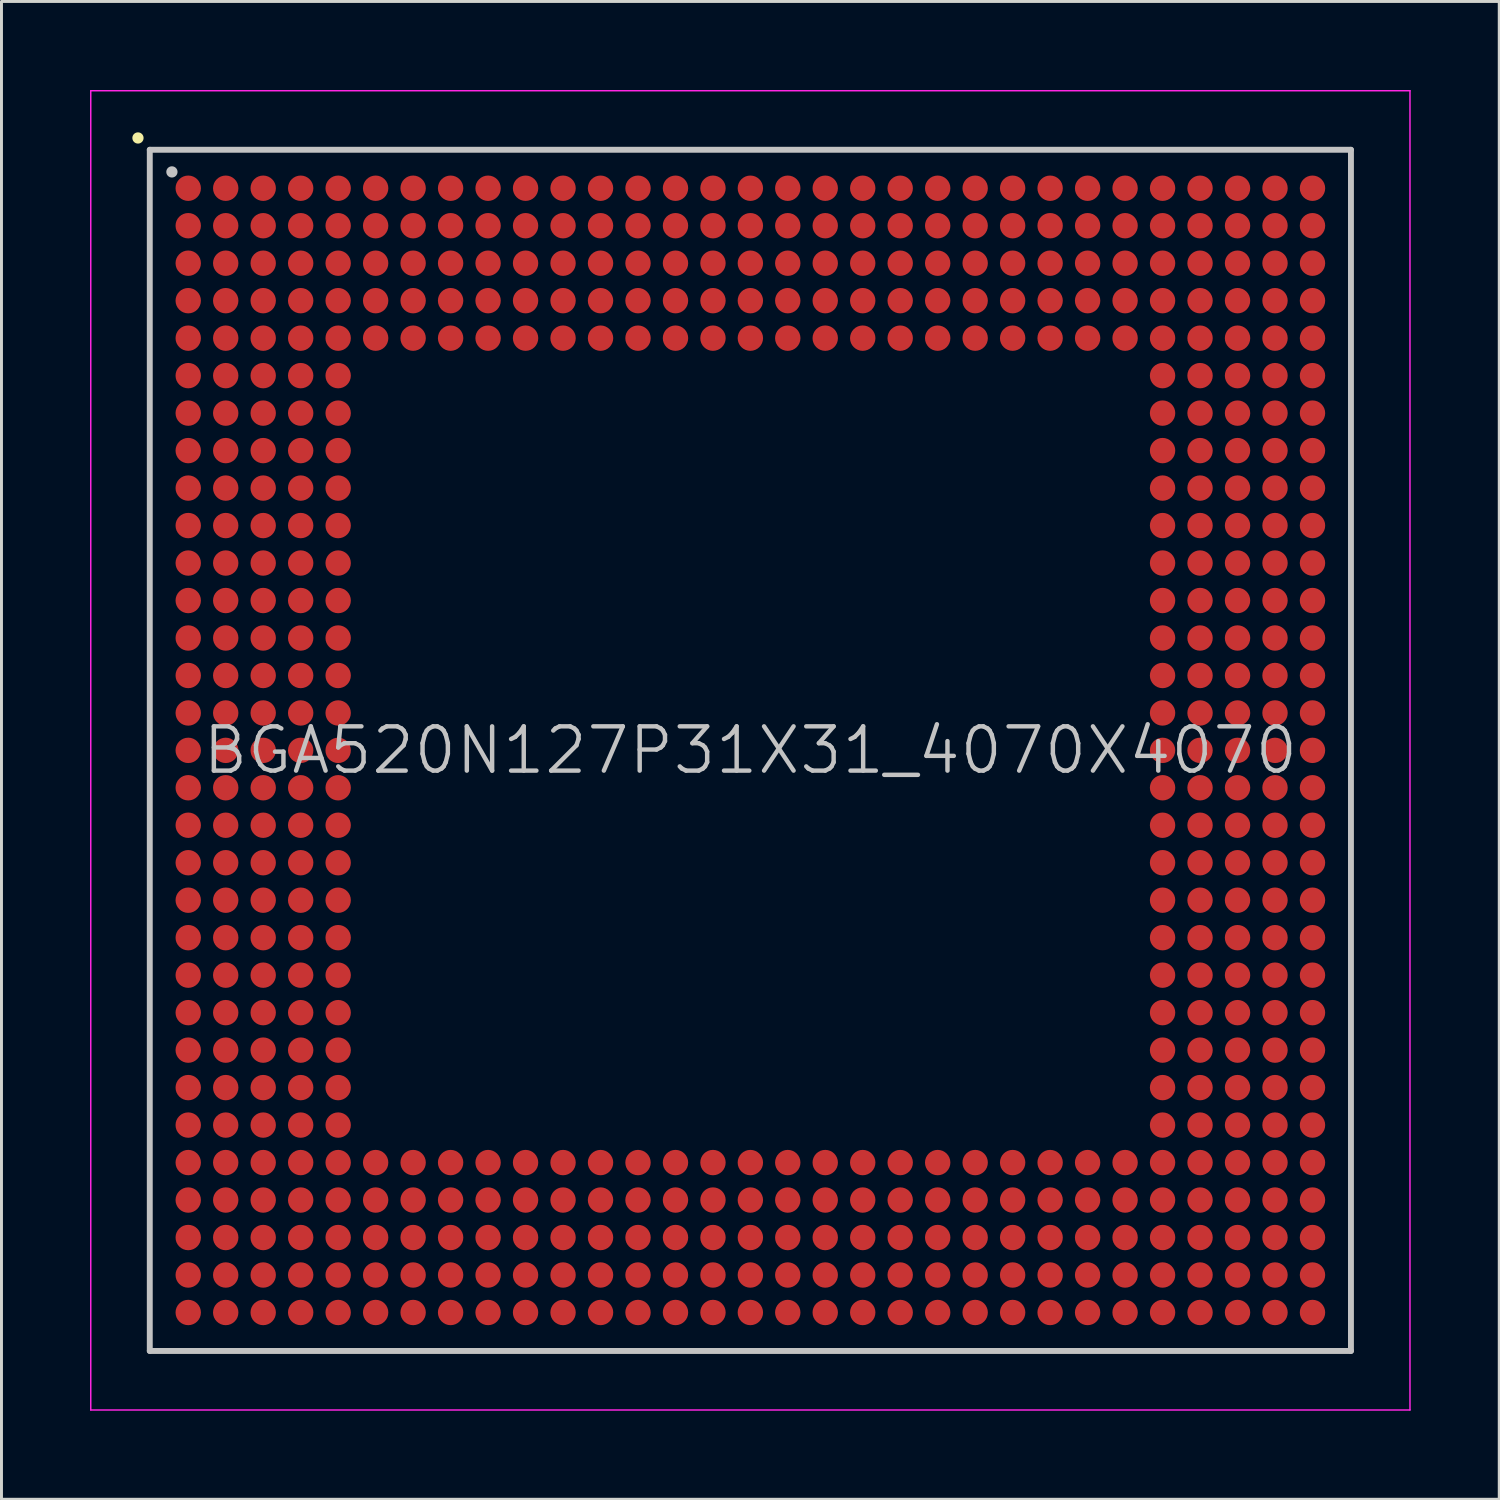
<source format=kicad_pcb>
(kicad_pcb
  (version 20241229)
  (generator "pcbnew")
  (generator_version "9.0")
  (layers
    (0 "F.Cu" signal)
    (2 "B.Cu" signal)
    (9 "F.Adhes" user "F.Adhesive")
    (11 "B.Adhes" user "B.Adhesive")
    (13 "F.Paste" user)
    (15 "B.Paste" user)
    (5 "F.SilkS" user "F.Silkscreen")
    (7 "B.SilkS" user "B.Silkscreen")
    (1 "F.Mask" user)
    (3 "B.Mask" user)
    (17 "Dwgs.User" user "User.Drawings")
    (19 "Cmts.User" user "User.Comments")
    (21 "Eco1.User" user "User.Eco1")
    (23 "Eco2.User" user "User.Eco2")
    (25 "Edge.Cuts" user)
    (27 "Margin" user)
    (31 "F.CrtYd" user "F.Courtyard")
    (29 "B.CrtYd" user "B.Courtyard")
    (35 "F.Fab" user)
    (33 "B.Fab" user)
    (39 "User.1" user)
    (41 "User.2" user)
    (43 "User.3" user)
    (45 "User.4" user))
  (footprint "BGA520N127P31X31_4070X4070"
    (layer "F.Cu")
    (at 22.375 22.375)
    (property "Reference" "BGA520N127P31X31_4070X4070" (at 0 0 0) (layer "Dwgs.User") (effects (font (size 1.5 1.5) (thickness 0.15))))
    (attr smd)
    (fp_line (start -20.75 -20.75) (end -20.75 -20.75) (stroke (width 0.381) (type solid)) (layer "F.SilkS"))
    (fp_line (start -20.35 -20.35) (end -20.35 20.35) (stroke (width 0.2) (type solid)) (layer "Dwgs.User"))
    (fp_line (start -20.35 -20.35) (end 20.35 -20.35) (stroke (width 0.2) (type solid)) (layer "Dwgs.User"))
    (fp_line (start -20.35 20.35) (end 20.35 20.35) (stroke (width 0.2) (type solid)) (layer "Dwgs.User"))
    (fp_line (start -19.6 -19.6) (end -19.6 -19.6) (stroke (width 0.381) (type solid)) (layer "Dwgs.User"))
    (fp_line (start 20.35 -20.35) (end 20.35 20.35) (stroke (width 0.2) (type solid)) (layer "Dwgs.User"))
    (fp_line (start -22.35 -22.35) (end -22.35 22.35) (stroke (width 0.05) (type solid)) (layer "F.CrtYd"))
    (fp_line (start -22.35 -22.35) (end 22.35 -22.35) (stroke (width 0.05) (type solid)) (layer "F.CrtYd"))
    (fp_line (start -22.35 22.35) (end 22.35 22.35) (stroke (width 0.05) (type solid)) (layer "F.CrtYd"))
    (fp_line (start 22.35 -22.35) (end 22.35 22.35) (stroke (width 0.05) (type solid)) (layer "F.CrtYd"))
    (pad "A1" smd circle (at -19.047 -19.047 270) (size 0.86 0.86) (layers "F.Cu" "F.Mask" "F.Paste"))
    (pad "A2" smd circle (at -17.777 -19.047 270) (size 0.86 0.86) (layers "F.Cu" "F.Mask" "F.Paste"))
    (pad "A3" smd circle (at -16.507 -19.047 270) (size 0.86 0.86) (layers "F.Cu" "F.Mask" "F.Paste"))
    (pad "A4" smd circle (at -15.237 -19.047 270) (size 0.86 0.86) (layers "F.Cu" "F.Mask" "F.Paste"))
    (pad "A5" smd circle (at -13.967 -19.047 270) (size 0.86 0.86) (layers "F.Cu" "F.Mask" "F.Paste"))
    (pad "A6" smd circle (at -12.697 -19.047 270) (size 0.86 0.86) (layers "F.Cu" "F.Mask" "F.Paste"))
    (pad "A7" smd circle (at -11.427 -19.047 270) (size 0.86 0.86) (layers "F.Cu" "F.Mask" "F.Paste"))
    (pad "A8" smd circle (at -10.157 -19.047 270) (size 0.86 0.86) (layers "F.Cu" "F.Mask" "F.Paste"))
    (pad "A9" smd circle (at -8.887 -19.047 270) (size 0.86 0.86) (layers "F.Cu" "F.Mask" "F.Paste"))
    (pad "A10" smd circle (at -7.617 -19.047 270) (size 0.86 0.86) (layers "F.Cu" "F.Mask" "F.Paste"))
    (pad "A11" smd circle (at -6.347 -19.047 270) (size 0.86 0.86) (layers "F.Cu" "F.Mask" "F.Paste"))
    (pad "A12" smd circle (at -5.077 -19.047 270) (size 0.86 0.86) (layers "F.Cu" "F.Mask" "F.Paste"))
    (pad "A13" smd circle (at -3.807 -19.047 270) (size 0.86 0.86) (layers "F.Cu" "F.Mask" "F.Paste"))
    (pad "A14" smd circle (at -2.537 -19.047 270) (size 0.86 0.86) (layers "F.Cu" "F.Mask" "F.Paste"))
    (pad "A15" smd circle (at -1.267 -19.047 270) (size 0.86 0.86) (layers "F.Cu" "F.Mask" "F.Paste"))
    (pad "A16" smd circle (at 0 -19.047 270) (size 0.86 0.86) (layers "F.Cu" "F.Mask" "F.Paste"))
    (pad "A17" smd circle (at 1.267 -19.047 270) (size 0.86 0.86) (layers "F.Cu" "F.Mask" "F.Paste"))
    (pad "A18" smd circle (at 2.537 -19.047 270) (size 0.86 0.86) (layers "F.Cu" "F.Mask" "F.Paste"))
    (pad "A19" smd circle (at 3.807 -19.047 270) (size 0.86 0.86) (layers "F.Cu" "F.Mask" "F.Paste"))
    (pad "A20" smd circle (at 5.077 -19.047 270) (size 0.86 0.86) (layers "F.Cu" "F.Mask" "F.Paste"))
    (pad "A21" smd circle (at 6.347 -19.047 270) (size 0.86 0.86) (layers "F.Cu" "F.Mask" "F.Paste"))
    (pad "A22" smd circle (at 7.617 -19.047 270) (size 0.86 0.86) (layers "F.Cu" "F.Mask" "F.Paste"))
    (pad "A23" smd circle (at 8.887 -19.047 270) (size 0.86 0.86) (layers "F.Cu" "F.Mask" "F.Paste"))
    (pad "A24" smd circle (at 10.157 -19.047 270) (size 0.86 0.86) (layers "F.Cu" "F.Mask" "F.Paste"))
    (pad "A25" smd circle (at 11.427 -19.047 270) (size 0.86 0.86) (layers "F.Cu" "F.Mask" "F.Paste"))
    (pad "A26" smd circle (at 12.697 -19.047 270) (size 0.86 0.86) (layers "F.Cu" "F.Mask" "F.Paste"))
    (pad "A27" smd circle (at 13.967 -19.047 270) (size 0.86 0.86) (layers "F.Cu" "F.Mask" "F.Paste"))
    (pad "A28" smd circle (at 15.237 -19.047 270) (size 0.86 0.86) (layers "F.Cu" "F.Mask" "F.Paste"))
    (pad "A29" smd circle (at 16.507 -19.047 270) (size 0.86 0.86) (layers "F.Cu" "F.Mask" "F.Paste"))
    (pad "A30" smd circle (at 17.777 -19.047 270) (size 0.86 0.86) (layers "F.Cu" "F.Mask" "F.Paste"))
    (pad "A31" smd circle (at 19.047 -19.047 270) (size 0.86 0.86) (layers "F.Cu" "F.Mask" "F.Paste"))
    (pad "AA1" smd circle (at -19.047 6.347 270) (size 0.86 0.86) (layers "F.Cu" "F.Mask" "F.Paste"))
    (pad "AA2" smd circle (at -17.777 6.347 270) (size 0.86 0.86) (layers "F.Cu" "F.Mask" "F.Paste"))
    (pad "AA3" smd circle (at -16.507 6.347 270) (size 0.86 0.86) (layers "F.Cu" "F.Mask" "F.Paste"))
    (pad "AA4" smd circle (at -15.237 6.347 270) (size 0.86 0.86) (layers "F.Cu" "F.Mask" "F.Paste"))
    (pad "AA5" smd circle (at -13.967 6.347 270) (size 0.86 0.86) (layers "F.Cu" "F.Mask" "F.Paste"))
    (pad "AA27" smd circle (at 13.967 6.347 270) (size 0.86 0.86) (layers "F.Cu" "F.Mask" "F.Paste"))
    (pad "AA28" smd circle (at 15.237 6.347 270) (size 0.86 0.86) (layers "F.Cu" "F.Mask" "F.Paste"))
    (pad "AA29" smd circle (at 16.507 6.347 270) (size 0.86 0.86) (layers "F.Cu" "F.Mask" "F.Paste"))
    (pad "AA30" smd circle (at 17.777 6.347 270) (size 0.86 0.86) (layers "F.Cu" "F.Mask" "F.Paste"))
    (pad "AA31" smd circle (at 19.047 6.347 270) (size 0.86 0.86) (layers "F.Cu" "F.Mask" "F.Paste"))
    (pad "AB1" smd circle (at -19.047 7.617 270) (size 0.86 0.86) (layers "F.Cu" "F.Mask" "F.Paste"))
    (pad "AB2" smd circle (at -17.777 7.617 270) (size 0.86 0.86) (layers "F.Cu" "F.Mask" "F.Paste"))
    (pad "AB3" smd circle (at -16.507 7.617 270) (size 0.86 0.86) (layers "F.Cu" "F.Mask" "F.Paste"))
    (pad "AB4" smd circle (at -15.237 7.617 270) (size 0.86 0.86) (layers "F.Cu" "F.Mask" "F.Paste"))
    (pad "AB5" smd circle (at -13.967 7.617 270) (size 0.86 0.86) (layers "F.Cu" "F.Mask" "F.Paste"))
    (pad "AB27" smd circle (at 13.967 7.617 270) (size 0.86 0.86) (layers "F.Cu" "F.Mask" "F.Paste"))
    (pad "AB28" smd circle (at 15.237 7.617 270) (size 0.86 0.86) (layers "F.Cu" "F.Mask" "F.Paste"))
    (pad "AB29" smd circle (at 16.507 7.617 270) (size 0.86 0.86) (layers "F.Cu" "F.Mask" "F.Paste"))
    (pad "AB30" smd circle (at 17.777 7.617 270) (size 0.86 0.86) (layers "F.Cu" "F.Mask" "F.Paste"))
    (pad "AB31" smd circle (at 19.047 7.617 270) (size 0.86 0.86) (layers "F.Cu" "F.Mask" "F.Paste"))
    (pad "AC1" smd circle (at -19.047 8.887 270) (size 0.86 0.86) (layers "F.Cu" "F.Mask" "F.Paste"))
    (pad "AC2" smd circle (at -17.777 8.887 270) (size 0.86 0.86) (layers "F.Cu" "F.Mask" "F.Paste"))
    (pad "AC3" smd circle (at -16.507 8.887 270) (size 0.86 0.86) (layers "F.Cu" "F.Mask" "F.Paste"))
    (pad "AC4" smd circle (at -15.237 8.887 270) (size 0.86 0.86) (layers "F.Cu" "F.Mask" "F.Paste"))
    (pad "AC5" smd circle (at -13.967 8.887 270) (size 0.86 0.86) (layers "F.Cu" "F.Mask" "F.Paste"))
    (pad "AC27" smd circle (at 13.967 8.887 270) (size 0.86 0.86) (layers "F.Cu" "F.Mask" "F.Paste"))
    (pad "AC28" smd circle (at 15.237 8.887 270) (size 0.86 0.86) (layers "F.Cu" "F.Mask" "F.Paste"))
    (pad "AC29" smd circle (at 16.507 8.887 270) (size 0.86 0.86) (layers "F.Cu" "F.Mask" "F.Paste"))
    (pad "AC30" smd circle (at 17.777 8.887 270) (size 0.86 0.86) (layers "F.Cu" "F.Mask" "F.Paste"))
    (pad "AC31" smd circle (at 19.047 8.887 270) (size 0.86 0.86) (layers "F.Cu" "F.Mask" "F.Paste"))
    (pad "AD1" smd circle (at -19.047 10.157 270) (size 0.86 0.86) (layers "F.Cu" "F.Mask" "F.Paste"))
    (pad "AD2" smd circle (at -17.777 10.157 270) (size 0.86 0.86) (layers "F.Cu" "F.Mask" "F.Paste"))
    (pad "AD3" smd circle (at -16.507 10.157 270) (size 0.86 0.86) (layers "F.Cu" "F.Mask" "F.Paste"))
    (pad "AD4" smd circle (at -15.237 10.157 270) (size 0.86 0.86) (layers "F.Cu" "F.Mask" "F.Paste"))
    (pad "AD5" smd circle (at -13.967 10.157 270) (size 0.86 0.86) (layers "F.Cu" "F.Mask" "F.Paste"))
    (pad "AD27" smd circle (at 13.967 10.157 270) (size 0.86 0.86) (layers "F.Cu" "F.Mask" "F.Paste"))
    (pad "AD28" smd circle (at 15.237 10.157 270) (size 0.86 0.86) (layers "F.Cu" "F.Mask" "F.Paste"))
    (pad "AD29" smd circle (at 16.507 10.157 270) (size 0.86 0.86) (layers "F.Cu" "F.Mask" "F.Paste"))
    (pad "AD30" smd circle (at 17.777 10.157 270) (size 0.86 0.86) (layers "F.Cu" "F.Mask" "F.Paste"))
    (pad "AD31" smd circle (at 19.047 10.157 270) (size 0.86 0.86) (layers "F.Cu" "F.Mask" "F.Paste"))
    (pad "AE1" smd circle (at -19.047 11.427 270) (size 0.86 0.86) (layers "F.Cu" "F.Mask" "F.Paste"))
    (pad "AE2" smd circle (at -17.777 11.427 270) (size 0.86 0.86) (layers "F.Cu" "F.Mask" "F.Paste"))
    (pad "AE3" smd circle (at -16.507 11.427 270) (size 0.86 0.86) (layers "F.Cu" "F.Mask" "F.Paste"))
    (pad "AE4" smd circle (at -15.237 11.427 270) (size 0.86 0.86) (layers "F.Cu" "F.Mask" "F.Paste"))
    (pad "AE5" smd circle (at -13.967 11.427 270) (size 0.86 0.86) (layers "F.Cu" "F.Mask" "F.Paste"))
    (pad "AE27" smd circle (at 13.967 11.427 270) (size 0.86 0.86) (layers "F.Cu" "F.Mask" "F.Paste"))
    (pad "AE28" smd circle (at 15.237 11.427 270) (size 0.86 0.86) (layers "F.Cu" "F.Mask" "F.Paste"))
    (pad "AE29" smd circle (at 16.507 11.427 270) (size 0.86 0.86) (layers "F.Cu" "F.Mask" "F.Paste"))
    (pad "AE30" smd circle (at 17.777 11.427 270) (size 0.86 0.86) (layers "F.Cu" "F.Mask" "F.Paste"))
    (pad "AE31" smd circle (at 19.047 11.427 270) (size 0.86 0.86) (layers "F.Cu" "F.Mask" "F.Paste"))
    (pad "AF1" smd circle (at -19.047 12.697 270) (size 0.86 0.86) (layers "F.Cu" "F.Mask" "F.Paste"))
    (pad "AF2" smd circle (at -17.777 12.697 270) (size 0.86 0.86) (layers "F.Cu" "F.Mask" "F.Paste"))
    (pad "AF3" smd circle (at -16.507 12.697 270) (size 0.86 0.86) (layers "F.Cu" "F.Mask" "F.Paste"))
    (pad "AF4" smd circle (at -15.237 12.697 270) (size 0.86 0.86) (layers "F.Cu" "F.Mask" "F.Paste"))
    (pad "AF5" smd circle (at -13.967 12.697 270) (size 0.86 0.86) (layers "F.Cu" "F.Mask" "F.Paste"))
    (pad "AF27" smd circle (at 13.967 12.697 270) (size 0.86 0.86) (layers "F.Cu" "F.Mask" "F.Paste"))
    (pad "AF28" smd circle (at 15.237 12.697 270) (size 0.86 0.86) (layers "F.Cu" "F.Mask" "F.Paste"))
    (pad "AF29" smd circle (at 16.507 12.697 270) (size 0.86 0.86) (layers "F.Cu" "F.Mask" "F.Paste"))
    (pad "AF30" smd circle (at 17.777 12.697 270) (size 0.86 0.86) (layers "F.Cu" "F.Mask" "F.Paste"))
    (pad "AF31" smd circle (at 19.047 12.697 270) (size 0.86 0.86) (layers "F.Cu" "F.Mask" "F.Paste"))
    (pad "AG1" smd circle (at -19.047 13.967 270) (size 0.86 0.86) (layers "F.Cu" "F.Mask" "F.Paste"))
    (pad "AG2" smd circle (at -17.777 13.967 270) (size 0.86 0.86) (layers "F.Cu" "F.Mask" "F.Paste"))
    (pad "AG3" smd circle (at -16.507 13.967 270) (size 0.86 0.86) (layers "F.Cu" "F.Mask" "F.Paste"))
    (pad "AG4" smd circle (at -15.237 13.967 270) (size 0.86 0.86) (layers "F.Cu" "F.Mask" "F.Paste"))
    (pad "AG5" smd circle (at -13.967 13.967 270) (size 0.86 0.86) (layers "F.Cu" "F.Mask" "F.Paste"))
    (pad "AG6" smd circle (at -12.697 13.967 270) (size 0.86 0.86) (layers "F.Cu" "F.Mask" "F.Paste"))
    (pad "AG7" smd circle (at -11.427 13.967 270) (size 0.86 0.86) (layers "F.Cu" "F.Mask" "F.Paste"))
    (pad "AG8" smd circle (at -10.157 13.967 270) (size 0.86 0.86) (layers "F.Cu" "F.Mask" "F.Paste"))
    (pad "AG9" smd circle (at -8.887 13.967 270) (size 0.86 0.86) (layers "F.Cu" "F.Mask" "F.Paste"))
    (pad "AG10" smd circle (at -7.617 13.967 270) (size 0.86 0.86) (layers "F.Cu" "F.Mask" "F.Paste"))
    (pad "AG11" smd circle (at -6.347 13.967 270) (size 0.86 0.86) (layers "F.Cu" "F.Mask" "F.Paste"))
    (pad "AG12" smd circle (at -5.077 13.967 270) (size 0.86 0.86) (layers "F.Cu" "F.Mask" "F.Paste"))
    (pad "AG13" smd circle (at -3.807 13.967 270) (size 0.86 0.86) (layers "F.Cu" "F.Mask" "F.Paste"))
    (pad "AG14" smd circle (at -2.537 13.967 270) (size 0.86 0.86) (layers "F.Cu" "F.Mask" "F.Paste"))
    (pad "AG15" smd circle (at -1.267 13.967 270) (size 0.86 0.86) (layers "F.Cu" "F.Mask" "F.Paste"))
    (pad "AG16" smd circle (at 0 13.967 270) (size 0.86 0.86) (layers "F.Cu" "F.Mask" "F.Paste"))
    (pad "AG17" smd circle (at 1.267 13.967 270) (size 0.86 0.86) (layers "F.Cu" "F.Mask" "F.Paste"))
    (pad "AG18" smd circle (at 2.537 13.967 270) (size 0.86 0.86) (layers "F.Cu" "F.Mask" "F.Paste"))
    (pad "AG19" smd circle (at 3.807 13.967 270) (size 0.86 0.86) (layers "F.Cu" "F.Mask" "F.Paste"))
    (pad "AG20" smd circle (at 5.077 13.967 270) (size 0.86 0.86) (layers "F.Cu" "F.Mask" "F.Paste"))
    (pad "AG21" smd circle (at 6.347 13.967 270) (size 0.86 0.86) (layers "F.Cu" "F.Mask" "F.Paste"))
    (pad "AG22" smd circle (at 7.617 13.967 270) (size 0.86 0.86) (layers "F.Cu" "F.Mask" "F.Paste"))
    (pad "AG23" smd circle (at 8.887 13.967 270) (size 0.86 0.86) (layers "F.Cu" "F.Mask" "F.Paste"))
    (pad "AG24" smd circle (at 10.157 13.967 270) (size 0.86 0.86) (layers "F.Cu" "F.Mask" "F.Paste"))
    (pad "AG25" smd circle (at 11.427 13.967 270) (size 0.86 0.86) (layers "F.Cu" "F.Mask" "F.Paste"))
    (pad "AG26" smd circle (at 12.697 13.967 270) (size 0.86 0.86) (layers "F.Cu" "F.Mask" "F.Paste"))
    (pad "AG27" smd circle (at 13.967 13.967 270) (size 0.86 0.86) (layers "F.Cu" "F.Mask" "F.Paste"))
    (pad "AG28" smd circle (at 15.237 13.967 270) (size 0.86 0.86) (layers "F.Cu" "F.Mask" "F.Paste"))
    (pad "AG29" smd circle (at 16.507 13.967 270) (size 0.86 0.86) (layers "F.Cu" "F.Mask" "F.Paste"))
    (pad "AG30" smd circle (at 17.777 13.967 270) (size 0.86 0.86) (layers "F.Cu" "F.Mask" "F.Paste"))
    (pad "AG31" smd circle (at 19.047 13.967 270) (size 0.86 0.86) (layers "F.Cu" "F.Mask" "F.Paste"))
    (pad "AH1" smd circle (at -19.047 15.237 270) (size 0.86 0.86) (layers "F.Cu" "F.Mask" "F.Paste"))
    (pad "AH2" smd circle (at -17.777 15.237 270) (size 0.86 0.86) (layers "F.Cu" "F.Mask" "F.Paste"))
    (pad "AH3" smd circle (at -16.507 15.237 270) (size 0.86 0.86) (layers "F.Cu" "F.Mask" "F.Paste"))
    (pad "AH4" smd circle (at -15.237 15.237 270) (size 0.86 0.86) (layers "F.Cu" "F.Mask" "F.Paste"))
    (pad "AH5" smd circle (at -13.967 15.237 270) (size 0.86 0.86) (layers "F.Cu" "F.Mask" "F.Paste"))
    (pad "AH6" smd circle (at -12.697 15.237 270) (size 0.86 0.86) (layers "F.Cu" "F.Mask" "F.Paste"))
    (pad "AH7" smd circle (at -11.427 15.237 270) (size 0.86 0.86) (layers "F.Cu" "F.Mask" "F.Paste"))
    (pad "AH8" smd circle (at -10.157 15.237 270) (size 0.86 0.86) (layers "F.Cu" "F.Mask" "F.Paste"))
    (pad "AH9" smd circle (at -8.887 15.237 270) (size 0.86 0.86) (layers "F.Cu" "F.Mask" "F.Paste"))
    (pad "AH10" smd circle (at -7.617 15.237 270) (size 0.86 0.86) (layers "F.Cu" "F.Mask" "F.Paste"))
    (pad "AH11" smd circle (at -6.347 15.237 270) (size 0.86 0.86) (layers "F.Cu" "F.Mask" "F.Paste"))
    (pad "AH12" smd circle (at -5.077 15.237 270) (size 0.86 0.86) (layers "F.Cu" "F.Mask" "F.Paste"))
    (pad "AH13" smd circle (at -3.807 15.237 270) (size 0.86 0.86) (layers "F.Cu" "F.Mask" "F.Paste"))
    (pad "AH14" smd circle (at -2.537 15.237 270) (size 0.86 0.86) (layers "F.Cu" "F.Mask" "F.Paste"))
    (pad "AH15" smd circle (at -1.267 15.237 270) (size 0.86 0.86) (layers "F.Cu" "F.Mask" "F.Paste"))
    (pad "AH16" smd circle (at 0 15.237 270) (size 0.86 0.86) (layers "F.Cu" "F.Mask" "F.Paste"))
    (pad "AH17" smd circle (at 1.267 15.237 270) (size 0.86 0.86) (layers "F.Cu" "F.Mask" "F.Paste"))
    (pad "AH18" smd circle (at 2.537 15.237 270) (size 0.86 0.86) (layers "F.Cu" "F.Mask" "F.Paste"))
    (pad "AH19" smd circle (at 3.807 15.237 270) (size 0.86 0.86) (layers "F.Cu" "F.Mask" "F.Paste"))
    (pad "AH20" smd circle (at 5.077 15.237 270) (size 0.86 0.86) (layers "F.Cu" "F.Mask" "F.Paste"))
    (pad "AH21" smd circle (at 6.347 15.237 270) (size 0.86 0.86) (layers "F.Cu" "F.Mask" "F.Paste"))
    (pad "AH22" smd circle (at 7.617 15.237 270) (size 0.86 0.86) (layers "F.Cu" "F.Mask" "F.Paste"))
    (pad "AH23" smd circle (at 8.887 15.237 270) (size 0.86 0.86) (layers "F.Cu" "F.Mask" "F.Paste"))
    (pad "AH24" smd circle (at 10.157 15.237 270) (size 0.86 0.86) (layers "F.Cu" "F.Mask" "F.Paste"))
    (pad "AH25" smd circle (at 11.427 15.237 270) (size 0.86 0.86) (layers "F.Cu" "F.Mask" "F.Paste"))
    (pad "AH26" smd circle (at 12.697 15.237 270) (size 0.86 0.86) (layers "F.Cu" "F.Mask" "F.Paste"))
    (pad "AH27" smd circle (at 13.967 15.237 270) (size 0.86 0.86) (layers "F.Cu" "F.Mask" "F.Paste"))
    (pad "AH28" smd circle (at 15.237 15.237 270) (size 0.86 0.86) (layers "F.Cu" "F.Mask" "F.Paste"))
    (pad "AH29" smd circle (at 16.507 15.237 270) (size 0.86 0.86) (layers "F.Cu" "F.Mask" "F.Paste"))
    (pad "AH30" smd circle (at 17.777 15.237 270) (size 0.86 0.86) (layers "F.Cu" "F.Mask" "F.Paste"))
    (pad "AH31" smd circle (at 19.047 15.237 270) (size 0.86 0.86) (layers "F.Cu" "F.Mask" "F.Paste"))
    (pad "AJ1" smd circle (at -19.047 16.507 270) (size 0.86 0.86) (layers "F.Cu" "F.Mask" "F.Paste"))
    (pad "AJ2" smd circle (at -17.777 16.507 270) (size 0.86 0.86) (layers "F.Cu" "F.Mask" "F.Paste"))
    (pad "AJ3" smd circle (at -16.507 16.507 270) (size 0.86 0.86) (layers "F.Cu" "F.Mask" "F.Paste"))
    (pad "AJ4" smd circle (at -15.237 16.507 270) (size 0.86 0.86) (layers "F.Cu" "F.Mask" "F.Paste"))
    (pad "AJ5" smd circle (at -13.967 16.507 270) (size 0.86 0.86) (layers "F.Cu" "F.Mask" "F.Paste"))
    (pad "AJ6" smd circle (at -12.697 16.507 270) (size 0.86 0.86) (layers "F.Cu" "F.Mask" "F.Paste"))
    (pad "AJ7" smd circle (at -11.427 16.507 270) (size 0.86 0.86) (layers "F.Cu" "F.Mask" "F.Paste"))
    (pad "AJ8" smd circle (at -10.157 16.507 270) (size 0.86 0.86) (layers "F.Cu" "F.Mask" "F.Paste"))
    (pad "AJ9" smd circle (at -8.887 16.507 270) (size 0.86 0.86) (layers "F.Cu" "F.Mask" "F.Paste"))
    (pad "AJ10" smd circle (at -7.617 16.507 270) (size 0.86 0.86) (layers "F.Cu" "F.Mask" "F.Paste"))
    (pad "AJ11" smd circle (at -6.347 16.507 270) (size 0.86 0.86) (layers "F.Cu" "F.Mask" "F.Paste"))
    (pad "AJ12" smd circle (at -5.077 16.507 270) (size 0.86 0.86) (layers "F.Cu" "F.Mask" "F.Paste"))
    (pad "AJ13" smd circle (at -3.807 16.507 270) (size 0.86 0.86) (layers "F.Cu" "F.Mask" "F.Paste"))
    (pad "AJ14" smd circle (at -2.537 16.507 270) (size 0.86 0.86) (layers "F.Cu" "F.Mask" "F.Paste"))
    (pad "AJ15" smd circle (at -1.267 16.507 270) (size 0.86 0.86) (layers "F.Cu" "F.Mask" "F.Paste"))
    (pad "AJ16" smd circle (at 0 16.507 270) (size 0.86 0.86) (layers "F.Cu" "F.Mask" "F.Paste"))
    (pad "AJ17" smd circle (at 1.267 16.507 270) (size 0.86 0.86) (layers "F.Cu" "F.Mask" "F.Paste"))
    (pad "AJ18" smd circle (at 2.537 16.507 270) (size 0.86 0.86) (layers "F.Cu" "F.Mask" "F.Paste"))
    (pad "AJ19" smd circle (at 3.807 16.507 270) (size 0.86 0.86) (layers "F.Cu" "F.Mask" "F.Paste"))
    (pad "AJ20" smd circle (at 5.077 16.507 270) (size 0.86 0.86) (layers "F.Cu" "F.Mask" "F.Paste"))
    (pad "AJ21" smd circle (at 6.347 16.507 270) (size 0.86 0.86) (layers "F.Cu" "F.Mask" "F.Paste"))
    (pad "AJ22" smd circle (at 7.617 16.507 270) (size 0.86 0.86) (layers "F.Cu" "F.Mask" "F.Paste"))
    (pad "AJ23" smd circle (at 8.887 16.507 270) (size 0.86 0.86) (layers "F.Cu" "F.Mask" "F.Paste"))
    (pad "AJ24" smd circle (at 10.157 16.507 270) (size 0.86 0.86) (layers "F.Cu" "F.Mask" "F.Paste"))
    (pad "AJ25" smd circle (at 11.427 16.507 270) (size 0.86 0.86) (layers "F.Cu" "F.Mask" "F.Paste"))
    (pad "AJ26" smd circle (at 12.697 16.507 270) (size 0.86 0.86) (layers "F.Cu" "F.Mask" "F.Paste"))
    (pad "AJ27" smd circle (at 13.967 16.507 270) (size 0.86 0.86) (layers "F.Cu" "F.Mask" "F.Paste"))
    (pad "AJ28" smd circle (at 15.237 16.507 270) (size 0.86 0.86) (layers "F.Cu" "F.Mask" "F.Paste"))
    (pad "AJ29" smd circle (at 16.507 16.507 270) (size 0.86 0.86) (layers "F.Cu" "F.Mask" "F.Paste"))
    (pad "AJ30" smd circle (at 17.777 16.507 270) (size 0.86 0.86) (layers "F.Cu" "F.Mask" "F.Paste"))
    (pad "AJ31" smd circle (at 19.047 16.507 270) (size 0.86 0.86) (layers "F.Cu" "F.Mask" "F.Paste"))
    (pad "AK1" smd circle (at -19.047 17.777 270) (size 0.86 0.86) (layers "F.Cu" "F.Mask" "F.Paste"))
    (pad "AK2" smd circle (at -17.777 17.777 270) (size 0.86 0.86) (layers "F.Cu" "F.Mask" "F.Paste"))
    (pad "AK3" smd circle (at -16.507 17.777 270) (size 0.86 0.86) (layers "F.Cu" "F.Mask" "F.Paste"))
    (pad "AK4" smd circle (at -15.237 17.777 270) (size 0.86 0.86) (layers "F.Cu" "F.Mask" "F.Paste"))
    (pad "AK5" smd circle (at -13.967 17.777 270) (size 0.86 0.86) (layers "F.Cu" "F.Mask" "F.Paste"))
    (pad "AK6" smd circle (at -12.697 17.777 270) (size 0.86 0.86) (layers "F.Cu" "F.Mask" "F.Paste"))
    (pad "AK7" smd circle (at -11.427 17.777 270) (size 0.86 0.86) (layers "F.Cu" "F.Mask" "F.Paste"))
    (pad "AK8" smd circle (at -10.157 17.777 270) (size 0.86 0.86) (layers "F.Cu" "F.Mask" "F.Paste"))
    (pad "AK9" smd circle (at -8.887 17.777 270) (size 0.86 0.86) (layers "F.Cu" "F.Mask" "F.Paste"))
    (pad "AK10" smd circle (at -7.617 17.777 270) (size 0.86 0.86) (layers "F.Cu" "F.Mask" "F.Paste"))
    (pad "AK11" smd circle (at -6.347 17.777 270) (size 0.86 0.86) (layers "F.Cu" "F.Mask" "F.Paste"))
    (pad "AK12" smd circle (at -5.077 17.777 270) (size 0.86 0.86) (layers "F.Cu" "F.Mask" "F.Paste"))
    (pad "AK13" smd circle (at -3.807 17.777 270) (size 0.86 0.86) (layers "F.Cu" "F.Mask" "F.Paste"))
    (pad "AK14" smd circle (at -2.537 17.777 270) (size 0.86 0.86) (layers "F.Cu" "F.Mask" "F.Paste"))
    (pad "AK15" smd circle (at -1.267 17.777 270) (size 0.86 0.86) (layers "F.Cu" "F.Mask" "F.Paste"))
    (pad "AK16" smd circle (at 0 17.777 270) (size 0.86 0.86) (layers "F.Cu" "F.Mask" "F.Paste"))
    (pad "AK17" smd circle (at 1.267 17.777 270) (size 0.86 0.86) (layers "F.Cu" "F.Mask" "F.Paste"))
    (pad "AK18" smd circle (at 2.537 17.777 270) (size 0.86 0.86) (layers "F.Cu" "F.Mask" "F.Paste"))
    (pad "AK19" smd circle (at 3.807 17.777 270) (size 0.86 0.86) (layers "F.Cu" "F.Mask" "F.Paste"))
    (pad "AK20" smd circle (at 5.077 17.777 270) (size 0.86 0.86) (layers "F.Cu" "F.Mask" "F.Paste"))
    (pad "AK21" smd circle (at 6.347 17.777 270) (size 0.86 0.86) (layers "F.Cu" "F.Mask" "F.Paste"))
    (pad "AK22" smd circle (at 7.617 17.777 270) (size 0.86 0.86) (layers "F.Cu" "F.Mask" "F.Paste"))
    (pad "AK23" smd circle (at 8.887 17.777 270) (size 0.86 0.86) (layers "F.Cu" "F.Mask" "F.Paste"))
    (pad "AK24" smd circle (at 10.157 17.777 270) (size 0.86 0.86) (layers "F.Cu" "F.Mask" "F.Paste"))
    (pad "AK25" smd circle (at 11.427 17.777 270) (size 0.86 0.86) (layers "F.Cu" "F.Mask" "F.Paste"))
    (pad "AK26" smd circle (at 12.697 17.777 270) (size 0.86 0.86) (layers "F.Cu" "F.Mask" "F.Paste"))
    (pad "AK27" smd circle (at 13.967 17.777 270) (size 0.86 0.86) (layers "F.Cu" "F.Mask" "F.Paste"))
    (pad "AK28" smd circle (at 15.237 17.777 270) (size 0.86 0.86) (layers "F.Cu" "F.Mask" "F.Paste"))
    (pad "AK29" smd circle (at 16.507 17.777 270) (size 0.86 0.86) (layers "F.Cu" "F.Mask" "F.Paste"))
    (pad "AK30" smd circle (at 17.777 17.777 270) (size 0.86 0.86) (layers "F.Cu" "F.Mask" "F.Paste"))
    (pad "AK31" smd circle (at 19.047 17.777 270) (size 0.86 0.86) (layers "F.Cu" "F.Mask" "F.Paste"))
    (pad "AL1" smd circle (at -19.047 19.047 270) (size 0.86 0.86) (layers "F.Cu" "F.Mask" "F.Paste"))
    (pad "AL2" smd circle (at -17.777 19.047 270) (size 0.86 0.86) (layers "F.Cu" "F.Mask" "F.Paste"))
    (pad "AL3" smd circle (at -16.507 19.047 270) (size 0.86 0.86) (layers "F.Cu" "F.Mask" "F.Paste"))
    (pad "AL4" smd circle (at -15.237 19.047 270) (size 0.86 0.86) (layers "F.Cu" "F.Mask" "F.Paste"))
    (pad "AL5" smd circle (at -13.967 19.047 270) (size 0.86 0.86) (layers "F.Cu" "F.Mask" "F.Paste"))
    (pad "AL6" smd circle (at -12.697 19.047 270) (size 0.86 0.86) (layers "F.Cu" "F.Mask" "F.Paste"))
    (pad "AL7" smd circle (at -11.427 19.047 270) (size 0.86 0.86) (layers "F.Cu" "F.Mask" "F.Paste"))
    (pad "AL8" smd circle (at -10.157 19.047 270) (size 0.86 0.86) (layers "F.Cu" "F.Mask" "F.Paste"))
    (pad "AL9" smd circle (at -8.887 19.047 270) (size 0.86 0.86) (layers "F.Cu" "F.Mask" "F.Paste"))
    (pad "AL10" smd circle (at -7.617 19.047 270) (size 0.86 0.86) (layers "F.Cu" "F.Mask" "F.Paste"))
    (pad "AL11" smd circle (at -6.347 19.047 270) (size 0.86 0.86) (layers "F.Cu" "F.Mask" "F.Paste"))
    (pad "AL12" smd circle (at -5.077 19.047 270) (size 0.86 0.86) (layers "F.Cu" "F.Mask" "F.Paste"))
    (pad "AL13" smd circle (at -3.807 19.047 270) (size 0.86 0.86) (layers "F.Cu" "F.Mask" "F.Paste"))
    (pad "AL14" smd circle (at -2.537 19.047 270) (size 0.86 0.86) (layers "F.Cu" "F.Mask" "F.Paste"))
    (pad "AL15" smd circle (at -1.267 19.047 270) (size 0.86 0.86) (layers "F.Cu" "F.Mask" "F.Paste"))
    (pad "AL16" smd circle (at 0 19.047 270) (size 0.86 0.86) (layers "F.Cu" "F.Mask" "F.Paste"))
    (pad "AL17" smd circle (at 1.267 19.047 270) (size 0.86 0.86) (layers "F.Cu" "F.Mask" "F.Paste"))
    (pad "AL18" smd circle (at 2.537 19.047 270) (size 0.86 0.86) (layers "F.Cu" "F.Mask" "F.Paste"))
    (pad "AL19" smd circle (at 3.807 19.047 270) (size 0.86 0.86) (layers "F.Cu" "F.Mask" "F.Paste"))
    (pad "AL20" smd circle (at 5.077 19.047 270) (size 0.86 0.86) (layers "F.Cu" "F.Mask" "F.Paste"))
    (pad "AL21" smd circle (at 6.347 19.047 270) (size 0.86 0.86) (layers "F.Cu" "F.Mask" "F.Paste"))
    (pad "AL22" smd circle (at 7.617 19.047 270) (size 0.86 0.86) (layers "F.Cu" "F.Mask" "F.Paste"))
    (pad "AL23" smd circle (at 8.887 19.047 270) (size 0.86 0.86) (layers "F.Cu" "F.Mask" "F.Paste"))
    (pad "AL24" smd circle (at 10.157 19.047 270) (size 0.86 0.86) (layers "F.Cu" "F.Mask" "F.Paste"))
    (pad "AL25" smd circle (at 11.427 19.047 270) (size 0.86 0.86) (layers "F.Cu" "F.Mask" "F.Paste"))
    (pad "AL26" smd circle (at 12.697 19.047 270) (size 0.86 0.86) (layers "F.Cu" "F.Mask" "F.Paste"))
    (pad "AL27" smd circle (at 13.967 19.047 270) (size 0.86 0.86) (layers "F.Cu" "F.Mask" "F.Paste"))
    (pad "AL28" smd circle (at 15.237 19.047 270) (size 0.86 0.86) (layers "F.Cu" "F.Mask" "F.Paste"))
    (pad "AL29" smd circle (at 16.507 19.047 270) (size 0.86 0.86) (layers "F.Cu" "F.Mask" "F.Paste"))
    (pad "AL30" smd circle (at 17.777 19.047 270) (size 0.86 0.86) (layers "F.Cu" "F.Mask" "F.Paste"))
    (pad "AL31" smd circle (at 19.047 19.047 270) (size 0.86 0.86) (layers "F.Cu" "F.Mask" "F.Paste"))
    (pad "B1" smd circle (at -19.047 -17.777 270) (size 0.86 0.86) (layers "F.Cu" "F.Mask" "F.Paste"))
    (pad "B2" smd circle (at -17.777 -17.777 270) (size 0.86 0.86) (layers "F.Cu" "F.Mask" "F.Paste"))
    (pad "B3" smd circle (at -16.507 -17.777 270) (size 0.86 0.86) (layers "F.Cu" "F.Mask" "F.Paste"))
    (pad "B4" smd circle (at -15.237 -17.777 270) (size 0.86 0.86) (layers "F.Cu" "F.Mask" "F.Paste"))
    (pad "B5" smd circle (at -13.967 -17.777 270) (size 0.86 0.86) (layers "F.Cu" "F.Mask" "F.Paste"))
    (pad "B6" smd circle (at -12.697 -17.777 270) (size 0.86 0.86) (layers "F.Cu" "F.Mask" "F.Paste"))
    (pad "B7" smd circle (at -11.427 -17.777 270) (size 0.86 0.86) (layers "F.Cu" "F.Mask" "F.Paste"))
    (pad "B8" smd circle (at -10.157 -17.777 270) (size 0.86 0.86) (layers "F.Cu" "F.Mask" "F.Paste"))
    (pad "B9" smd circle (at -8.887 -17.777 270) (size 0.86 0.86) (layers "F.Cu" "F.Mask" "F.Paste"))
    (pad "B10" smd circle (at -7.617 -17.777 270) (size 0.86 0.86) (layers "F.Cu" "F.Mask" "F.Paste"))
    (pad "B11" smd circle (at -6.347 -17.777 270) (size 0.86 0.86) (layers "F.Cu" "F.Mask" "F.Paste"))
    (pad "B12" smd circle (at -5.077 -17.777 270) (size 0.86 0.86) (layers "F.Cu" "F.Mask" "F.Paste"))
    (pad "B13" smd circle (at -3.807 -17.777 270) (size 0.86 0.86) (layers "F.Cu" "F.Mask" "F.Paste"))
    (pad "B14" smd circle (at -2.537 -17.777 270) (size 0.86 0.86) (layers "F.Cu" "F.Mask" "F.Paste"))
    (pad "B15" smd circle (at -1.267 -17.777 270) (size 0.86 0.86) (layers "F.Cu" "F.Mask" "F.Paste"))
    (pad "B16" smd circle (at 0 -17.777 270) (size 0.86 0.86) (layers "F.Cu" "F.Mask" "F.Paste"))
    (pad "B17" smd circle (at 1.267 -17.777 270) (size 0.86 0.86) (layers "F.Cu" "F.Mask" "F.Paste"))
    (pad "B18" smd circle (at 2.537 -17.777 270) (size 0.86 0.86) (layers "F.Cu" "F.Mask" "F.Paste"))
    (pad "B19" smd circle (at 3.807 -17.777 270) (size 0.86 0.86) (layers "F.Cu" "F.Mask" "F.Paste"))
    (pad "B20" smd circle (at 5.077 -17.777 270) (size 0.86 0.86) (layers "F.Cu" "F.Mask" "F.Paste"))
    (pad "B21" smd circle (at 6.347 -17.777 270) (size 0.86 0.86) (layers "F.Cu" "F.Mask" "F.Paste"))
    (pad "B22" smd circle (at 7.617 -17.777 270) (size 0.86 0.86) (layers "F.Cu" "F.Mask" "F.Paste"))
    (pad "B23" smd circle (at 8.887 -17.777 270) (size 0.86 0.86) (layers "F.Cu" "F.Mask" "F.Paste"))
    (pad "B24" smd circle (at 10.157 -17.777 270) (size 0.86 0.86) (layers "F.Cu" "F.Mask" "F.Paste"))
    (pad "B25" smd circle (at 11.427 -17.777 270) (size 0.86 0.86) (layers "F.Cu" "F.Mask" "F.Paste"))
    (pad "B26" smd circle (at 12.697 -17.777 270) (size 0.86 0.86) (layers "F.Cu" "F.Mask" "F.Paste"))
    (pad "B27" smd circle (at 13.967 -17.777 270) (size 0.86 0.86) (layers "F.Cu" "F.Mask" "F.Paste"))
    (pad "B28" smd circle (at 15.237 -17.777 270) (size 0.86 0.86) (layers "F.Cu" "F.Mask" "F.Paste"))
    (pad "B29" smd circle (at 16.507 -17.777 270) (size 0.86 0.86) (layers "F.Cu" "F.Mask" "F.Paste"))
    (pad "B30" smd circle (at 17.777 -17.777 270) (size 0.86 0.86) (layers "F.Cu" "F.Mask" "F.Paste"))
    (pad "B31" smd circle (at 19.047 -17.777 270) (size 0.86 0.86) (layers "F.Cu" "F.Mask" "F.Paste"))
    (pad "C1" smd circle (at -19.047 -16.507 270) (size 0.86 0.86) (layers "F.Cu" "F.Mask" "F.Paste"))
    (pad "C2" smd circle (at -17.777 -16.507 270) (size 0.86 0.86) (layers "F.Cu" "F.Mask" "F.Paste"))
    (pad "C3" smd circle (at -16.507 -16.507 270) (size 0.86 0.86) (layers "F.Cu" "F.Mask" "F.Paste"))
    (pad "C4" smd circle (at -15.237 -16.507 270) (size 0.86 0.86) (layers "F.Cu" "F.Mask" "F.Paste"))
    (pad "C5" smd circle (at -13.967 -16.507 270) (size 0.86 0.86) (layers "F.Cu" "F.Mask" "F.Paste"))
    (pad "C6" smd circle (at -12.697 -16.507 270) (size 0.86 0.86) (layers "F.Cu" "F.Mask" "F.Paste"))
    (pad "C7" smd circle (at -11.427 -16.507 270) (size 0.86 0.86) (layers "F.Cu" "F.Mask" "F.Paste"))
    (pad "C8" smd circle (at -10.157 -16.507 270) (size 0.86 0.86) (layers "F.Cu" "F.Mask" "F.Paste"))
    (pad "C9" smd circle (at -8.887 -16.507 270) (size 0.86 0.86) (layers "F.Cu" "F.Mask" "F.Paste"))
    (pad "C10" smd circle (at -7.617 -16.507 270) (size 0.86 0.86) (layers "F.Cu" "F.Mask" "F.Paste"))
    (pad "C11" smd circle (at -6.347 -16.507 270) (size 0.86 0.86) (layers "F.Cu" "F.Mask" "F.Paste"))
    (pad "C12" smd circle (at -5.077 -16.507 270) (size 0.86 0.86) (layers "F.Cu" "F.Mask" "F.Paste"))
    (pad "C13" smd circle (at -3.807 -16.507 270) (size 0.86 0.86) (layers "F.Cu" "F.Mask" "F.Paste"))
    (pad "C14" smd circle (at -2.537 -16.507 270) (size 0.86 0.86) (layers "F.Cu" "F.Mask" "F.Paste"))
    (pad "C15" smd circle (at -1.267 -16.507 270) (size 0.86 0.86) (layers "F.Cu" "F.Mask" "F.Paste"))
    (pad "C16" smd circle (at 0 -16.507 270) (size 0.86 0.86) (layers "F.Cu" "F.Mask" "F.Paste"))
    (pad "C17" smd circle (at 1.267 -16.507 270) (size 0.86 0.86) (layers "F.Cu" "F.Mask" "F.Paste"))
    (pad "C18" smd circle (at 2.537 -16.507 270) (size 0.86 0.86) (layers "F.Cu" "F.Mask" "F.Paste"))
    (pad "C19" smd circle (at 3.807 -16.507 270) (size 0.86 0.86) (layers "F.Cu" "F.Mask" "F.Paste"))
    (pad "C20" smd circle (at 5.077 -16.507 270) (size 0.86 0.86) (layers "F.Cu" "F.Mask" "F.Paste"))
    (pad "C21" smd circle (at 6.347 -16.507 270) (size 0.86 0.86) (layers "F.Cu" "F.Mask" "F.Paste"))
    (pad "C22" smd circle (at 7.617 -16.507 270) (size 0.86 0.86) (layers "F.Cu" "F.Mask" "F.Paste"))
    (pad "C23" smd circle (at 8.887 -16.507 270) (size 0.86 0.86) (layers "F.Cu" "F.Mask" "F.Paste"))
    (pad "C24" smd circle (at 10.157 -16.507 270) (size 0.86 0.86) (layers "F.Cu" "F.Mask" "F.Paste"))
    (pad "C25" smd circle (at 11.427 -16.507 270) (size 0.86 0.86) (layers "F.Cu" "F.Mask" "F.Paste"))
    (pad "C26" smd circle (at 12.697 -16.507 270) (size 0.86 0.86) (layers "F.Cu" "F.Mask" "F.Paste"))
    (pad "C27" smd circle (at 13.967 -16.507 270) (size 0.86 0.86) (layers "F.Cu" "F.Mask" "F.Paste"))
    (pad "C28" smd circle (at 15.237 -16.507 270) (size 0.86 0.86) (layers "F.Cu" "F.Mask" "F.Paste"))
    (pad "C29" smd circle (at 16.507 -16.507 270) (size 0.86 0.86) (layers "F.Cu" "F.Mask" "F.Paste"))
    (pad "C30" smd circle (at 17.777 -16.507 270) (size 0.86 0.86) (layers "F.Cu" "F.Mask" "F.Paste"))
    (pad "C31" smd circle (at 19.047 -16.507 270) (size 0.86 0.86) (layers "F.Cu" "F.Mask" "F.Paste"))
    (pad "D1" smd circle (at -19.047 -15.237 270) (size 0.86 0.86) (layers "F.Cu" "F.Mask" "F.Paste"))
    (pad "D2" smd circle (at -17.777 -15.237 270) (size 0.86 0.86) (layers "F.Cu" "F.Mask" "F.Paste"))
    (pad "D3" smd circle (at -16.507 -15.237 270) (size 0.86 0.86) (layers "F.Cu" "F.Mask" "F.Paste"))
    (pad "D4" smd circle (at -15.237 -15.237 270) (size 0.86 0.86) (layers "F.Cu" "F.Mask" "F.Paste"))
    (pad "D5" smd circle (at -13.967 -15.237 270) (size 0.86 0.86) (layers "F.Cu" "F.Mask" "F.Paste"))
    (pad "D6" smd circle (at -12.697 -15.237 270) (size 0.86 0.86) (layers "F.Cu" "F.Mask" "F.Paste"))
    (pad "D7" smd circle (at -11.427 -15.237 270) (size 0.86 0.86) (layers "F.Cu" "F.Mask" "F.Paste"))
    (pad "D8" smd circle (at -10.157 -15.237 270) (size 0.86 0.86) (layers "F.Cu" "F.Mask" "F.Paste"))
    (pad "D9" smd circle (at -8.887 -15.237 270) (size 0.86 0.86) (layers "F.Cu" "F.Mask" "F.Paste"))
    (pad "D10" smd circle (at -7.617 -15.237 270) (size 0.86 0.86) (layers "F.Cu" "F.Mask" "F.Paste"))
    (pad "D11" smd circle (at -6.347 -15.237 270) (size 0.86 0.86) (layers "F.Cu" "F.Mask" "F.Paste"))
    (pad "D12" smd circle (at -5.077 -15.237 270) (size 0.86 0.86) (layers "F.Cu" "F.Mask" "F.Paste"))
    (pad "D13" smd circle (at -3.807 -15.237 270) (size 0.86 0.86) (layers "F.Cu" "F.Mask" "F.Paste"))
    (pad "D14" smd circle (at -2.537 -15.237 270) (size 0.86 0.86) (layers "F.Cu" "F.Mask" "F.Paste"))
    (pad "D15" smd circle (at -1.267 -15.237 270) (size 0.86 0.86) (layers "F.Cu" "F.Mask" "F.Paste"))
    (pad "D16" smd circle (at 0 -15.237 270) (size 0.86 0.86) (layers "F.Cu" "F.Mask" "F.Paste"))
    (pad "D17" smd circle (at 1.267 -15.237 270) (size 0.86 0.86) (layers "F.Cu" "F.Mask" "F.Paste"))
    (pad "D18" smd circle (at 2.537 -15.237 270) (size 0.86 0.86) (layers "F.Cu" "F.Mask" "F.Paste"))
    (pad "D19" smd circle (at 3.807 -15.237 270) (size 0.86 0.86) (layers "F.Cu" "F.Mask" "F.Paste"))
    (pad "D20" smd circle (at 5.077 -15.237 270) (size 0.86 0.86) (layers "F.Cu" "F.Mask" "F.Paste"))
    (pad "D21" smd circle (at 6.347 -15.237 270) (size 0.86 0.86) (layers "F.Cu" "F.Mask" "F.Paste"))
    (pad "D22" smd circle (at 7.617 -15.237 270) (size 0.86 0.86) (layers "F.Cu" "F.Mask" "F.Paste"))
    (pad "D23" smd circle (at 8.887 -15.237 270) (size 0.86 0.86) (layers "F.Cu" "F.Mask" "F.Paste"))
    (pad "D24" smd circle (at 10.157 -15.237 270) (size 0.86 0.86) (layers "F.Cu" "F.Mask" "F.Paste"))
    (pad "D25" smd circle (at 11.427 -15.237 270) (size 0.86 0.86) (layers "F.Cu" "F.Mask" "F.Paste"))
    (pad "D26" smd circle (at 12.697 -15.237 270) (size 0.86 0.86) (layers "F.Cu" "F.Mask" "F.Paste"))
    (pad "D27" smd circle (at 13.967 -15.237 270) (size 0.86 0.86) (layers "F.Cu" "F.Mask" "F.Paste"))
    (pad "D28" smd circle (at 15.237 -15.237 270) (size 0.86 0.86) (layers "F.Cu" "F.Mask" "F.Paste"))
    (pad "D29" smd circle (at 16.507 -15.237 270) (size 0.86 0.86) (layers "F.Cu" "F.Mask" "F.Paste"))
    (pad "D30" smd circle (at 17.777 -15.237 270) (size 0.86 0.86) (layers "F.Cu" "F.Mask" "F.Paste"))
    (pad "D31" smd circle (at 19.047 -15.237 270) (size 0.86 0.86) (layers "F.Cu" "F.Mask" "F.Paste"))
    (pad "E1" smd circle (at -19.047 -13.967 270) (size 0.86 0.86) (layers "F.Cu" "F.Mask" "F.Paste"))
    (pad "E2" smd circle (at -17.777 -13.967 270) (size 0.86 0.86) (layers "F.Cu" "F.Mask" "F.Paste"))
    (pad "E3" smd circle (at -16.507 -13.967 270) (size 0.86 0.86) (layers "F.Cu" "F.Mask" "F.Paste"))
    (pad "E4" smd circle (at -15.237 -13.967 270) (size 0.86 0.86) (layers "F.Cu" "F.Mask" "F.Paste"))
    (pad "E5" smd circle (at -13.967 -13.967 270) (size 0.86 0.86) (layers "F.Cu" "F.Mask" "F.Paste"))
    (pad "E6" smd circle (at -12.697 -13.967 270) (size 0.86 0.86) (layers "F.Cu" "F.Mask" "F.Paste"))
    (pad "E7" smd circle (at -11.427 -13.967 270) (size 0.86 0.86) (layers "F.Cu" "F.Mask" "F.Paste"))
    (pad "E8" smd circle (at -10.157 -13.967 270) (size 0.86 0.86) (layers "F.Cu" "F.Mask" "F.Paste"))
    (pad "E9" smd circle (at -8.887 -13.967 270) (size 0.86 0.86) (layers "F.Cu" "F.Mask" "F.Paste"))
    (pad "E10" smd circle (at -7.617 -13.967 270) (size 0.86 0.86) (layers "F.Cu" "F.Mask" "F.Paste"))
    (pad "E11" smd circle (at -6.347 -13.967 270) (size 0.86 0.86) (layers "F.Cu" "F.Mask" "F.Paste"))
    (pad "E12" smd circle (at -5.077 -13.967 270) (size 0.86 0.86) (layers "F.Cu" "F.Mask" "F.Paste"))
    (pad "E13" smd circle (at -3.807 -13.967 270) (size 0.86 0.86) (layers "F.Cu" "F.Mask" "F.Paste"))
    (pad "E14" smd circle (at -2.537 -13.967 270) (size 0.86 0.86) (layers "F.Cu" "F.Mask" "F.Paste"))
    (pad "E15" smd circle (at -1.267 -13.967 270) (size 0.86 0.86) (layers "F.Cu" "F.Mask" "F.Paste"))
    (pad "E16" smd circle (at 0 -13.967 270) (size 0.86 0.86) (layers "F.Cu" "F.Mask" "F.Paste"))
    (pad "E17" smd circle (at 1.267 -13.967 270) (size 0.86 0.86) (layers "F.Cu" "F.Mask" "F.Paste"))
    (pad "E18" smd circle (at 2.537 -13.967 270) (size 0.86 0.86) (layers "F.Cu" "F.Mask" "F.Paste"))
    (pad "E19" smd circle (at 3.807 -13.967 270) (size 0.86 0.86) (layers "F.Cu" "F.Mask" "F.Paste"))
    (pad "E20" smd circle (at 5.077 -13.967 270) (size 0.86 0.86) (layers "F.Cu" "F.Mask" "F.Paste"))
    (pad "E21" smd circle (at 6.347 -13.967 270) (size 0.86 0.86) (layers "F.Cu" "F.Mask" "F.Paste"))
    (pad "E22" smd circle (at 7.617 -13.967 270) (size 0.86 0.86) (layers "F.Cu" "F.Mask" "F.Paste"))
    (pad "E23" smd circle (at 8.887 -13.967 270) (size 0.86 0.86) (layers "F.Cu" "F.Mask" "F.Paste"))
    (pad "E24" smd circle (at 10.157 -13.967 270) (size 0.86 0.86) (layers "F.Cu" "F.Mask" "F.Paste"))
    (pad "E25" smd circle (at 11.427 -13.967 270) (size 0.86 0.86) (layers "F.Cu" "F.Mask" "F.Paste"))
    (pad "E26" smd circle (at 12.697 -13.967 270) (size 0.86 0.86) (layers "F.Cu" "F.Mask" "F.Paste"))
    (pad "E27" smd circle (at 13.967 -13.967 270) (size 0.86 0.86) (layers "F.Cu" "F.Mask" "F.Paste"))
    (pad "E28" smd circle (at 15.237 -13.967 270) (size 0.86 0.86) (layers "F.Cu" "F.Mask" "F.Paste"))
    (pad "E29" smd circle (at 16.507 -13.967 270) (size 0.86 0.86) (layers "F.Cu" "F.Mask" "F.Paste"))
    (pad "E30" smd circle (at 17.777 -13.967 270) (size 0.86 0.86) (layers "F.Cu" "F.Mask" "F.Paste"))
    (pad "E31" smd circle (at 19.047 -13.967 270) (size 0.86 0.86) (layers "F.Cu" "F.Mask" "F.Paste"))
    (pad "F1" smd circle (at -19.047 -12.697 270) (size 0.86 0.86) (layers "F.Cu" "F.Mask" "F.Paste"))
    (pad "F2" smd circle (at -17.777 -12.697 270) (size 0.86 0.86) (layers "F.Cu" "F.Mask" "F.Paste"))
    (pad "F3" smd circle (at -16.507 -12.697 270) (size 0.86 0.86) (layers "F.Cu" "F.Mask" "F.Paste"))
    (pad "F4" smd circle (at -15.237 -12.697 270) (size 0.86 0.86) (layers "F.Cu" "F.Mask" "F.Paste"))
    (pad "F5" smd circle (at -13.967 -12.697 270) (size 0.86 0.86) (layers "F.Cu" "F.Mask" "F.Paste"))
    (pad "F27" smd circle (at 13.967 -12.697 270) (size 0.86 0.86) (layers "F.Cu" "F.Mask" "F.Paste"))
    (pad "F28" smd circle (at 15.237 -12.697 270) (size 0.86 0.86) (layers "F.Cu" "F.Mask" "F.Paste"))
    (pad "F29" smd circle (at 16.507 -12.697 270) (size 0.86 0.86) (layers "F.Cu" "F.Mask" "F.Paste"))
    (pad "F30" smd circle (at 17.777 -12.697 270) (size 0.86 0.86) (layers "F.Cu" "F.Mask" "F.Paste"))
    (pad "F31" smd circle (at 19.047 -12.697 270) (size 0.86 0.86) (layers "F.Cu" "F.Mask" "F.Paste"))
    (pad "G1" smd circle (at -19.047 -11.427 270) (size 0.86 0.86) (layers "F.Cu" "F.Mask" "F.Paste"))
    (pad "G2" smd circle (at -17.777 -11.427 270) (size 0.86 0.86) (layers "F.Cu" "F.Mask" "F.Paste"))
    (pad "G3" smd circle (at -16.507 -11.427 270) (size 0.86 0.86) (layers "F.Cu" "F.Mask" "F.Paste"))
    (pad "G4" smd circle (at -15.237 -11.427 270) (size 0.86 0.86) (layers "F.Cu" "F.Mask" "F.Paste"))
    (pad "G5" smd circle (at -13.967 -11.427 270) (size 0.86 0.86) (layers "F.Cu" "F.Mask" "F.Paste"))
    (pad "G27" smd circle (at 13.967 -11.427 270) (size 0.86 0.86) (layers "F.Cu" "F.Mask" "F.Paste"))
    (pad "G28" smd circle (at 15.237 -11.427 270) (size 0.86 0.86) (layers "F.Cu" "F.Mask" "F.Paste"))
    (pad "G29" smd circle (at 16.507 -11.427 270) (size 0.86 0.86) (layers "F.Cu" "F.Mask" "F.Paste"))
    (pad "G30" smd circle (at 17.777 -11.427 270) (size 0.86 0.86) (layers "F.Cu" "F.Mask" "F.Paste"))
    (pad "G31" smd circle (at 19.047 -11.427 270) (size 0.86 0.86) (layers "F.Cu" "F.Mask" "F.Paste"))
    (pad "H1" smd circle (at -19.047 -10.157 270) (size 0.86 0.86) (layers "F.Cu" "F.Mask" "F.Paste"))
    (pad "H2" smd circle (at -17.777 -10.157 270) (size 0.86 0.86) (layers "F.Cu" "F.Mask" "F.Paste"))
    (pad "H3" smd circle (at -16.507 -10.157 270) (size 0.86 0.86) (layers "F.Cu" "F.Mask" "F.Paste"))
    (pad "H4" smd circle (at -15.237 -10.157 270) (size 0.86 0.86) (layers "F.Cu" "F.Mask" "F.Paste"))
    (pad "H5" smd circle (at -13.967 -10.157 270) (size 0.86 0.86) (layers "F.Cu" "F.Mask" "F.Paste"))
    (pad "H27" smd circle (at 13.967 -10.157 270) (size 0.86 0.86) (layers "F.Cu" "F.Mask" "F.Paste"))
    (pad "H28" smd circle (at 15.237 -10.157 270) (size 0.86 0.86) (layers "F.Cu" "F.Mask" "F.Paste"))
    (pad "H29" smd circle (at 16.507 -10.157 270) (size 0.86 0.86) (layers "F.Cu" "F.Mask" "F.Paste"))
    (pad "H30" smd circle (at 17.777 -10.157 270) (size 0.86 0.86) (layers "F.Cu" "F.Mask" "F.Paste"))
    (pad "H31" smd circle (at 19.047 -10.157 270) (size 0.86 0.86) (layers "F.Cu" "F.Mask" "F.Paste"))
    (pad "J1" smd circle (at -19.047 -8.887 270) (size 0.86 0.86) (layers "F.Cu" "F.Mask" "F.Paste"))
    (pad "J2" smd circle (at -17.777 -8.887 270) (size 0.86 0.86) (layers "F.Cu" "F.Mask" "F.Paste"))
    (pad "J3" smd circle (at -16.507 -8.887 270) (size 0.86 0.86) (layers "F.Cu" "F.Mask" "F.Paste"))
    (pad "J4" smd circle (at -15.237 -8.887 270) (size 0.86 0.86) (layers "F.Cu" "F.Mask" "F.Paste"))
    (pad "J5" smd circle (at -13.967 -8.887 270) (size 0.86 0.86) (layers "F.Cu" "F.Mask" "F.Paste"))
    (pad "J27" smd circle (at 13.967 -8.887 270) (size 0.86 0.86) (layers "F.Cu" "F.Mask" "F.Paste"))
    (pad "J28" smd circle (at 15.237 -8.887 270) (size 0.86 0.86) (layers "F.Cu" "F.Mask" "F.Paste"))
    (pad "J29" smd circle (at 16.507 -8.887 270) (size 0.86 0.86) (layers "F.Cu" "F.Mask" "F.Paste"))
    (pad "J30" smd circle (at 17.777 -8.887 270) (size 0.86 0.86) (layers "F.Cu" "F.Mask" "F.Paste"))
    (pad "J31" smd circle (at 19.047 -8.887 270) (size 0.86 0.86) (layers "F.Cu" "F.Mask" "F.Paste"))
    (pad "K1" smd circle (at -19.047 -7.617 270) (size 0.86 0.86) (layers "F.Cu" "F.Mask" "F.Paste"))
    (pad "K2" smd circle (at -17.777 -7.617 270) (size 0.86 0.86) (layers "F.Cu" "F.Mask" "F.Paste"))
    (pad "K3" smd circle (at -16.507 -7.617 270) (size 0.86 0.86) (layers "F.Cu" "F.Mask" "F.Paste"))
    (pad "K4" smd circle (at -15.237 -7.617 270) (size 0.86 0.86) (layers "F.Cu" "F.Mask" "F.Paste"))
    (pad "K5" smd circle (at -13.967 -7.617 270) (size 0.86 0.86) (layers "F.Cu" "F.Mask" "F.Paste"))
    (pad "K27" smd circle (at 13.967 -7.617 270) (size 0.86 0.86) (layers "F.Cu" "F.Mask" "F.Paste"))
    (pad "K28" smd circle (at 15.237 -7.617 270) (size 0.86 0.86) (layers "F.Cu" "F.Mask" "F.Paste"))
    (pad "K29" smd circle (at 16.507 -7.617 270) (size 0.86 0.86) (layers "F.Cu" "F.Mask" "F.Paste"))
    (pad "K30" smd circle (at 17.777 -7.617 270) (size 0.86 0.86) (layers "F.Cu" "F.Mask" "F.Paste"))
    (pad "K31" smd circle (at 19.047 -7.617 270) (size 0.86 0.86) (layers "F.Cu" "F.Mask" "F.Paste"))
    (pad "L1" smd circle (at -19.047 -6.347 270) (size 0.86 0.86) (layers "F.Cu" "F.Mask" "F.Paste"))
    (pad "L2" smd circle (at -17.777 -6.347 270) (size 0.86 0.86) (layers "F.Cu" "F.Mask" "F.Paste"))
    (pad "L3" smd circle (at -16.507 -6.347 270) (size 0.86 0.86) (layers "F.Cu" "F.Mask" "F.Paste"))
    (pad "L4" smd circle (at -15.237 -6.347 270) (size 0.86 0.86) (layers "F.Cu" "F.Mask" "F.Paste"))
    (pad "L5" smd circle (at -13.967 -6.347 270) (size 0.86 0.86) (layers "F.Cu" "F.Mask" "F.Paste"))
    (pad "L27" smd circle (at 13.967 -6.347 270) (size 0.86 0.86) (layers "F.Cu" "F.Mask" "F.Paste"))
    (pad "L28" smd circle (at 15.237 -6.347 270) (size 0.86 0.86) (layers "F.Cu" "F.Mask" "F.Paste"))
    (pad "L29" smd circle (at 16.507 -6.347 270) (size 0.86 0.86) (layers "F.Cu" "F.Mask" "F.Paste"))
    (pad "L30" smd circle (at 17.777 -6.347 270) (size 0.86 0.86) (layers "F.Cu" "F.Mask" "F.Paste"))
    (pad "L31" smd circle (at 19.047 -6.347 270) (size 0.86 0.86) (layers "F.Cu" "F.Mask" "F.Paste"))
    (pad "M1" smd circle (at -19.047 -5.077 270) (size 0.86 0.86) (layers "F.Cu" "F.Mask" "F.Paste"))
    (pad "M2" smd circle (at -17.777 -5.077 270) (size 0.86 0.86) (layers "F.Cu" "F.Mask" "F.Paste"))
    (pad "M3" smd circle (at -16.507 -5.077 270) (size 0.86 0.86) (layers "F.Cu" "F.Mask" "F.Paste"))
    (pad "M4" smd circle (at -15.237 -5.077 270) (size 0.86 0.86) (layers "F.Cu" "F.Mask" "F.Paste"))
    (pad "M5" smd circle (at -13.967 -5.077 270) (size 0.86 0.86) (layers "F.Cu" "F.Mask" "F.Paste"))
    (pad "M27" smd circle (at 13.967 -5.077 270) (size 0.86 0.86) (layers "F.Cu" "F.Mask" "F.Paste"))
    (pad "M28" smd circle (at 15.237 -5.077 270) (size 0.86 0.86) (layers "F.Cu" "F.Mask" "F.Paste"))
    (pad "M29" smd circle (at 16.507 -5.077 270) (size 0.86 0.86) (layers "F.Cu" "F.Mask" "F.Paste"))
    (pad "M30" smd circle (at 17.777 -5.077 270) (size 0.86 0.86) (layers "F.Cu" "F.Mask" "F.Paste"))
    (pad "M31" smd circle (at 19.047 -5.077 270) (size 0.86 0.86) (layers "F.Cu" "F.Mask" "F.Paste"))
    (pad "N1" smd circle (at -19.047 -3.807 270) (size 0.86 0.86) (layers "F.Cu" "F.Mask" "F.Paste"))
    (pad "N2" smd circle (at -17.777 -3.807 270) (size 0.86 0.86) (layers "F.Cu" "F.Mask" "F.Paste"))
    (pad "N3" smd circle (at -16.507 -3.807 270) (size 0.86 0.86) (layers "F.Cu" "F.Mask" "F.Paste"))
    (pad "N4" smd circle (at -15.237 -3.807 270) (size 0.86 0.86) (layers "F.Cu" "F.Mask" "F.Paste"))
    (pad "N5" smd circle (at -13.967 -3.807 270) (size 0.86 0.86) (layers "F.Cu" "F.Mask" "F.Paste"))
    (pad "N27" smd circle (at 13.967 -3.807 270) (size 0.86 0.86) (layers "F.Cu" "F.Mask" "F.Paste"))
    (pad "N28" smd circle (at 15.237 -3.807 270) (size 0.86 0.86) (layers "F.Cu" "F.Mask" "F.Paste"))
    (pad "N29" smd circle (at 16.507 -3.807 270) (size 0.86 0.86) (layers "F.Cu" "F.Mask" "F.Paste"))
    (pad "N30" smd circle (at 17.777 -3.807 270) (size 0.86 0.86) (layers "F.Cu" "F.Mask" "F.Paste"))
    (pad "N31" smd circle (at 19.047 -3.807 270) (size 0.86 0.86) (layers "F.Cu" "F.Mask" "F.Paste"))
    (pad "P1" smd circle (at -19.047 -2.537 270) (size 0.86 0.86) (layers "F.Cu" "F.Mask" "F.Paste"))
    (pad "P2" smd circle (at -17.777 -2.537 270) (size 0.86 0.86) (layers "F.Cu" "F.Mask" "F.Paste"))
    (pad "P3" smd circle (at -16.507 -2.537 270) (size 0.86 0.86) (layers "F.Cu" "F.Mask" "F.Paste"))
    (pad "P4" smd circle (at -15.237 -2.537 270) (size 0.86 0.86) (layers "F.Cu" "F.Mask" "F.Paste"))
    (pad "P5" smd circle (at -13.967 -2.537 270) (size 0.86 0.86) (layers "F.Cu" "F.Mask" "F.Paste"))
    (pad "P27" smd circle (at 13.967 -2.537 270) (size 0.86 0.86) (layers "F.Cu" "F.Mask" "F.Paste"))
    (pad "P28" smd circle (at 15.237 -2.537 270) (size 0.86 0.86) (layers "F.Cu" "F.Mask" "F.Paste"))
    (pad "P29" smd circle (at 16.507 -2.537 270) (size 0.86 0.86) (layers "F.Cu" "F.Mask" "F.Paste"))
    (pad "P30" smd circle (at 17.777 -2.537 270) (size 0.86 0.86) (layers "F.Cu" "F.Mask" "F.Paste"))
    (pad "P31" smd circle (at 19.047 -2.537 270) (size 0.86 0.86) (layers "F.Cu" "F.Mask" "F.Paste"))
    (pad "R1" smd circle (at -19.047 -1.267 270) (size 0.86 0.86) (layers "F.Cu" "F.Mask" "F.Paste"))
    (pad "R2" smd circle (at -17.777 -1.267 270) (size 0.86 0.86) (layers "F.Cu" "F.Mask" "F.Paste"))
    (pad "R3" smd circle (at -16.507 -1.267 270) (size 0.86 0.86) (layers "F.Cu" "F.Mask" "F.Paste"))
    (pad "R4" smd circle (at -15.237 -1.267 270) (size 0.86 0.86) (layers "F.Cu" "F.Mask" "F.Paste"))
    (pad "R5" smd circle (at -13.967 -1.267 270) (size 0.86 0.86) (layers "F.Cu" "F.Mask" "F.Paste"))
    (pad "R27" smd circle (at 13.967 -1.267 270) (size 0.86 0.86) (layers "F.Cu" "F.Mask" "F.Paste"))
    (pad "R28" smd circle (at 15.237 -1.267 270) (size 0.86 0.86) (layers "F.Cu" "F.Mask" "F.Paste"))
    (pad "R29" smd circle (at 16.507 -1.267 270) (size 0.86 0.86) (layers "F.Cu" "F.Mask" "F.Paste"))
    (pad "R30" smd circle (at 17.777 -1.267 270) (size 0.86 0.86) (layers "F.Cu" "F.Mask" "F.Paste"))
    (pad "R31" smd circle (at 19.047 -1.267 270) (size 0.86 0.86) (layers "F.Cu" "F.Mask" "F.Paste"))
    (pad "T1" smd circle (at -19.047 0 270) (size 0.86 0.86) (layers "F.Cu" "F.Mask" "F.Paste"))
    (pad "T2" smd circle (at -17.777 0 270) (size 0.86 0.86) (layers "F.Cu" "F.Mask" "F.Paste"))
    (pad "T3" smd circle (at -16.507 0 270) (size 0.86 0.86) (layers "F.Cu" "F.Mask" "F.Paste"))
    (pad "T4" smd circle (at -15.237 0 270) (size 0.86 0.86) (layers "F.Cu" "F.Mask" "F.Paste"))
    (pad "T5" smd circle (at -13.967 0 270) (size 0.86 0.86) (layers "F.Cu" "F.Mask" "F.Paste"))
    (pad "T27" smd circle (at 13.967 0 270) (size 0.86 0.86) (layers "F.Cu" "F.Mask" "F.Paste"))
    (pad "T28" smd circle (at 15.237 0 270) (size 0.86 0.86) (layers "F.Cu" "F.Mask" "F.Paste"))
    (pad "T29" smd circle (at 16.507 0 270) (size 0.86 0.86) (layers "F.Cu" "F.Mask" "F.Paste"))
    (pad "T30" smd circle (at 17.777 0 270) (size 0.86 0.86) (layers "F.Cu" "F.Mask" "F.Paste"))
    (pad "T31" smd circle (at 19.047 0 270) (size 0.86 0.86) (layers "F.Cu" "F.Mask" "F.Paste"))
    (pad "U1" smd circle (at -19.047 1.267 270) (size 0.86 0.86) (layers "F.Cu" "F.Mask" "F.Paste"))
    (pad "U2" smd circle (at -17.777 1.267 270) (size 0.86 0.86) (layers "F.Cu" "F.Mask" "F.Paste"))
    (pad "U3" smd circle (at -16.507 1.267 270) (size 0.86 0.86) (layers "F.Cu" "F.Mask" "F.Paste"))
    (pad "U4" smd circle (at -15.237 1.267 270) (size 0.86 0.86) (layers "F.Cu" "F.Mask" "F.Paste"))
    (pad "U5" smd circle (at -13.967 1.267 270) (size 0.86 0.86) (layers "F.Cu" "F.Mask" "F.Paste"))
    (pad "U27" smd circle (at 13.967 1.267 270) (size 0.86 0.86) (layers "F.Cu" "F.Mask" "F.Paste"))
    (pad "U28" smd circle (at 15.237 1.267 270) (size 0.86 0.86) (layers "F.Cu" "F.Mask" "F.Paste"))
    (pad "U29" smd circle (at 16.507 1.267 270) (size 0.86 0.86) (layers "F.Cu" "F.Mask" "F.Paste"))
    (pad "U30" smd circle (at 17.777 1.267 270) (size 0.86 0.86) (layers "F.Cu" "F.Mask" "F.Paste"))
    (pad "U31" smd circle (at 19.047 1.267 270) (size 0.86 0.86) (layers "F.Cu" "F.Mask" "F.Paste"))
    (pad "V1" smd circle (at -19.047 2.537 270) (size 0.86 0.86) (layers "F.Cu" "F.Mask" "F.Paste"))
    (pad "V2" smd circle (at -17.777 2.537 270) (size 0.86 0.86) (layers "F.Cu" "F.Mask" "F.Paste"))
    (pad "V3" smd circle (at -16.507 2.537 270) (size 0.86 0.86) (layers "F.Cu" "F.Mask" "F.Paste"))
    (pad "V4" smd circle (at -15.237 2.537 270) (size 0.86 0.86) (layers "F.Cu" "F.Mask" "F.Paste"))
    (pad "V5" smd circle (at -13.967 2.537 270) (size 0.86 0.86) (layers "F.Cu" "F.Mask" "F.Paste"))
    (pad "V27" smd circle (at 13.967 2.537 270) (size 0.86 0.86) (layers "F.Cu" "F.Mask" "F.Paste"))
    (pad "V28" smd circle (at 15.237 2.537 270) (size 0.86 0.86) (layers "F.Cu" "F.Mask" "F.Paste"))
    (pad "V29" smd circle (at 16.507 2.537 270) (size 0.86 0.86) (layers "F.Cu" "F.Mask" "F.Paste"))
    (pad "V30" smd circle (at 17.777 2.537 270) (size 0.86 0.86) (layers "F.Cu" "F.Mask" "F.Paste"))
    (pad "V31" smd circle (at 19.047 2.537 270) (size 0.86 0.86) (layers "F.Cu" "F.Mask" "F.Paste"))
    (pad "W1" smd circle (at -19.047 3.807 270) (size 0.86 0.86) (layers "F.Cu" "F.Mask" "F.Paste"))
    (pad "W2" smd circle (at -17.777 3.807 270) (size 0.86 0.86) (layers "F.Cu" "F.Mask" "F.Paste"))
    (pad "W3" smd circle (at -16.507 3.807 270) (size 0.86 0.86) (layers "F.Cu" "F.Mask" "F.Paste"))
    (pad "W4" smd circle (at -15.237 3.807 270) (size 0.86 0.86) (layers "F.Cu" "F.Mask" "F.Paste"))
    (pad "W5" smd circle (at -13.967 3.807 270) (size 0.86 0.86) (layers "F.Cu" "F.Mask" "F.Paste"))
    (pad "W27" smd circle (at 13.967 3.807 270) (size 0.86 0.86) (layers "F.Cu" "F.Mask" "F.Paste"))
    (pad "W28" smd circle (at 15.237 3.807 270) (size 0.86 0.86) (layers "F.Cu" "F.Mask" "F.Paste"))
    (pad "W29" smd circle (at 16.507 3.807 270) (size 0.86 0.86) (layers "F.Cu" "F.Mask" "F.Paste"))
    (pad "W30" smd circle (at 17.777 3.807 270) (size 0.86 0.86) (layers "F.Cu" "F.Mask" "F.Paste"))
    (pad "W31" smd circle (at 19.047 3.807 270) (size 0.86 0.86) (layers "F.Cu" "F.Mask" "F.Paste"))
    (pad "Y1" smd circle (at -19.047 5.077 270) (size 0.86 0.86) (layers "F.Cu" "F.Mask" "F.Paste"))
    (pad "Y2" smd circle (at -17.777 5.077 270) (size 0.86 0.86) (layers "F.Cu" "F.Mask" "F.Paste"))
    (pad "Y3" smd circle (at -16.507 5.077 270) (size 0.86 0.86) (layers "F.Cu" "F.Mask" "F.Paste"))
    (pad "Y4" smd circle (at -15.237 5.077 270) (size 0.86 0.86) (layers "F.Cu" "F.Mask" "F.Paste"))
    (pad "Y5" smd circle (at -13.967 5.077 270) (size 0.86 0.86) (layers "F.Cu" "F.Mask" "F.Paste"))
    (pad "Y27" smd circle (at 13.967 5.077 270) (size 0.86 0.86) (layers "F.Cu" "F.Mask" "F.Paste"))
    (pad "Y28" smd circle (at 15.237 5.077 270) (size 0.86 0.86) (layers "F.Cu" "F.Mask" "F.Paste"))
    (pad "Y29" smd circle (at 16.507 5.077 270) (size 0.86 0.86) (layers "F.Cu" "F.Mask" "F.Paste"))
    (pad "Y30" smd circle (at 17.777 5.077 270) (size 0.86 0.86) (layers "F.Cu" "F.Mask" "F.Paste"))
    (pad "Y31" smd circle (at 19.047 5.077 270) (size 0.86 0.86) (layers "F.Cu" "F.Mask" "F.Paste")))
  (gr_rect
    (start -3 -3)
    (end 47.75 47.75)
    (stroke (width 0.1) (type default))
    (fill no)
    (layer "Edge.Cuts")))
</source>
